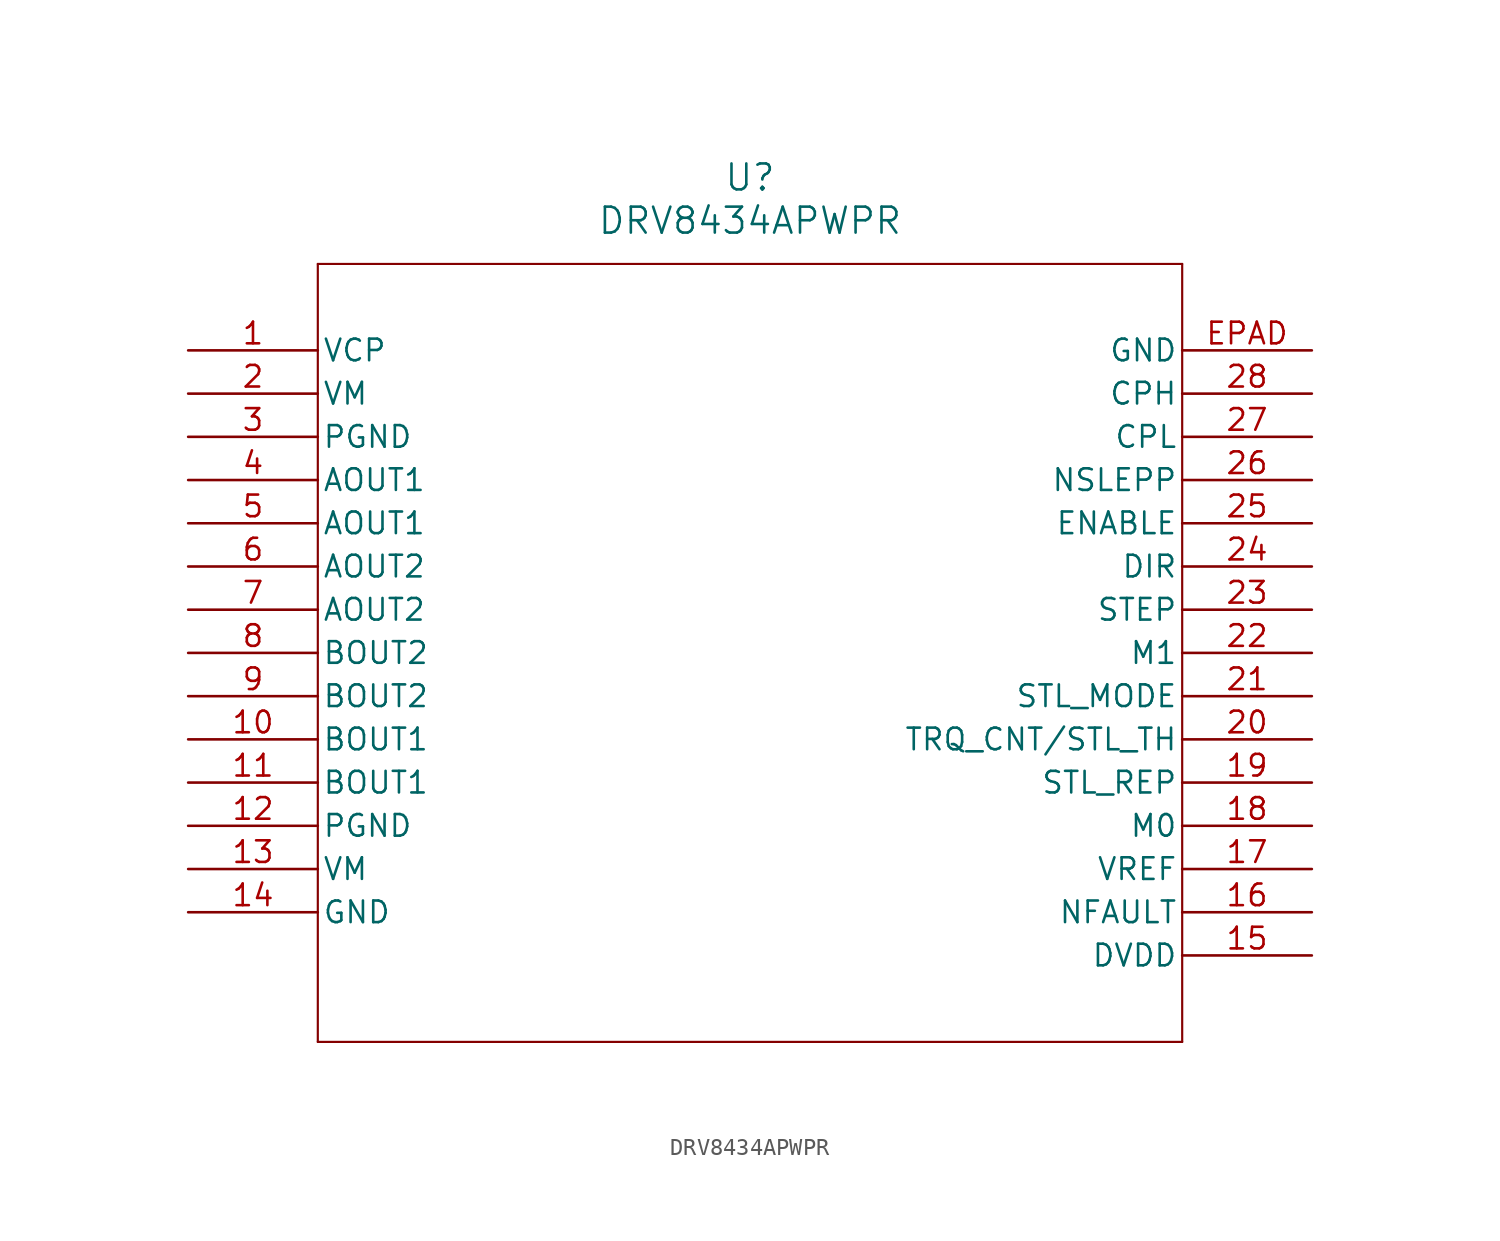
<source format=kicad_sym>
(kicad_symbol_lib
  (version 20211014)
  (generator kicad_symbol_editor)
  (symbol "DRV8434APWPR"
    (pin_names
      (offset 0.254))
    (property "Reference" "U"
      (at 33.02 10.16 0)
      (effects (font (size 1.524 1.524))))
    (property "Value" "DRV8434APWPR"
      (at 33.02 7.62 0)
      (effects (font (size 1.524 1.524))))
    (symbol "DRV8434APWPR_0_1"
      (polyline (pts (xy 7.62 5.08) (xy 7.62 -40.64)) (stroke (width 0.127) (type default) (color 0 0 0 0)) (fill (type none)))
      (polyline (pts (xy 7.62 -40.64) (xy 58.42 -40.64)) (stroke (width 0.127) (type default) (color 0 0 0 0)) (fill (type none)))
      (polyline (pts (xy 58.42 -40.64) (xy 58.42 5.08)) (stroke (width 0.127) (type default) (color 0 0 0 0)) (fill (type none)))
      (polyline (pts (xy 58.42 5.08) (xy 7.62 5.08)) (stroke (width 0.127) (type default) (color 0 0 0 0)) (fill (type none)))
      (pin power_in line (at 0 0 0) (length 7.62) (name "VCP" (effects (font (size 1.27 1.27)))) (number "1" (effects (font (size 1.27 1.27)))))
      (pin power_in line (at 0 -2.54 0) (length 7.62) (name "VM" (effects (font (size 1.27 1.27)))) (number "2" (effects (font (size 1.27 1.27)))))
      (pin power_in line (at 0 -5.08 0) (length 7.62) (name "PGND" (effects (font (size 1.27 1.27)))) (number "3" (effects (font (size 1.27 1.27)))))
      (pin output line (at 0 -7.62 0) (length 7.62) (name "AOUT1" (effects (font (size 1.27 1.27)))) (number "4" (effects (font (size 1.27 1.27)))))
      (pin output line (at 0 -10.16 0) (length 7.62) (name "AOUT1" (effects (font (size 1.27 1.27)))) (number "5" (effects (font (size 1.27 1.27)))))
      (pin output line (at 0 -12.7 0) (length 7.62) (name "AOUT2" (effects (font (size 1.27 1.27)))) (number "6" (effects (font (size 1.27 1.27)))))
      (pin output line (at 0 -15.24 0) (length 7.62) (name "AOUT2" (effects (font (size 1.27 1.27)))) (number "7" (effects (font (size 1.27 1.27)))))
      (pin output line (at 0 -17.78 0) (length 7.62) (name "BOUT2" (effects (font (size 1.27 1.27)))) (number "8" (effects (font (size 1.27 1.27)))))
      (pin output line (at 0 -20.32 0) (length 7.62) (name "BOUT2" (effects (font (size 1.27 1.27)))) (number "9" (effects (font (size 1.27 1.27)))))
      (pin output line (at 0 -22.86 0) (length 7.62) (name "BOUT1" (effects (font (size 1.27 1.27)))) (number "10" (effects (font (size 1.27 1.27)))))
      (pin output line (at 0 -25.4 0) (length 7.62) (name "BOUT1" (effects (font (size 1.27 1.27)))) (number "11" (effects (font (size 1.27 1.27)))))
      (pin power_in line (at 0 -27.94 0) (length 7.62) (name "PGND" (effects (font (size 1.27 1.27)))) (number "12" (effects (font (size 1.27 1.27)))))
      (pin power_in line (at 0 -30.48 0) (length 7.62) (name "VM" (effects (font (size 1.27 1.27)))) (number "13" (effects (font (size 1.27 1.27)))))
      (pin power_in line (at 0 -33.02 0) (length 7.62) (name "GND" (effects (font (size 1.27 1.27)))) (number "14" (effects (font (size 1.27 1.27)))))
      (pin power_in line (at 66.04 -35.56 180) (length 7.62) (name "DVDD" (effects (font (size 1.27 1.27)))) (number "15" (effects (font (size 1.27 1.27)))))
      (pin output line (at 66.04 -33.02 180) (length 7.62) (name "NFAULT" (effects (font (size 1.27 1.27)))) (number "16" (effects (font (size 1.27 1.27)))))
      (pin input line (at 66.04 -30.48 180) (length 7.62) (name "VREF" (effects (font (size 1.27 1.27)))) (number "17" (effects (font (size 1.27 1.27)))))
      (pin input line (at 66.04 -27.94 180) (length 7.62) (name "M0" (effects (font (size 1.27 1.27)))) (number "18" (effects (font (size 1.27 1.27)))))
      (pin output line (at 66.04 -25.4 180) (length 7.62) (name "STL_REP" (effects (font (size 1.27 1.27)))) (number "19" (effects (font (size 1.27 1.27)))))
      (pin bidirectional line (at 66.04 -22.86 180) (length 7.62) (name "TRQ_CNT/STL_TH" (effects (font (size 1.27 1.27)))) (number "20" (effects (font (size 1.27 1.27)))))
      (pin input line (at 66.04 -20.32 180) (length 7.62) (name "STL_MODE" (effects (font (size 1.27 1.27)))) (number "21" (effects (font (size 1.27 1.27)))))
      (pin input line (at 66.04 -17.78 180) (length 7.62) (name "M1" (effects (font (size 1.27 1.27)))) (number "22" (effects (font (size 1.27 1.27)))))
      (pin input line (at 66.04 -15.24 180) (length 7.62) (name "STEP" (effects (font (size 1.27 1.27)))) (number "23" (effects (font (size 1.27 1.27)))))
      (pin input line (at 66.04 -12.7 180) (length 7.62) (name "DIR" (effects (font (size 1.27 1.27)))) (number "24" (effects (font (size 1.27 1.27)))))
      (pin input line (at 66.04 -10.16 180) (length 7.62) (name "ENABLE" (effects (font (size 1.27 1.27)))) (number "25" (effects (font (size 1.27 1.27)))))
      (pin input line (at 66.04 -7.62 180) (length 7.62) (name "NSLEPP" (effects (font (size 1.27 1.27)))) (number "26" (effects (font (size 1.27 1.27)))))
      (pin power_in line (at 66.04 -5.08 180) (length 7.62) (name "CPL" (effects (font (size 1.27 1.27)))) (number "27" (effects (font (size 1.27 1.27)))))
      (pin power_in line (at 66.04 -2.54 180) (length 7.62) (name "CPH" (effects (font (size 1.27 1.27)))) (number "28" (effects (font (size 1.27 1.27)))))
      (pin power_out line (at 66.04 0 180) (length 7.62) (name "GND" (effects (font (size 1.27 1.27)))) (number "EPAD" (effects (font (size 1.27 1.27))))))))
</source>
